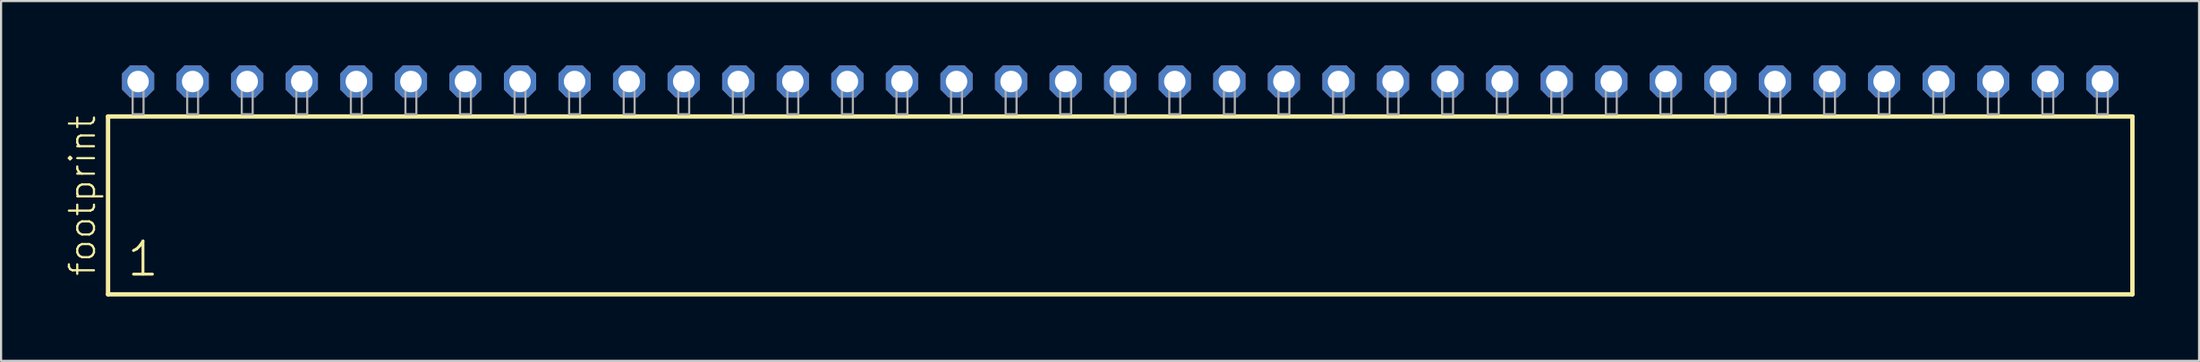
<source format=kicad_pcb>
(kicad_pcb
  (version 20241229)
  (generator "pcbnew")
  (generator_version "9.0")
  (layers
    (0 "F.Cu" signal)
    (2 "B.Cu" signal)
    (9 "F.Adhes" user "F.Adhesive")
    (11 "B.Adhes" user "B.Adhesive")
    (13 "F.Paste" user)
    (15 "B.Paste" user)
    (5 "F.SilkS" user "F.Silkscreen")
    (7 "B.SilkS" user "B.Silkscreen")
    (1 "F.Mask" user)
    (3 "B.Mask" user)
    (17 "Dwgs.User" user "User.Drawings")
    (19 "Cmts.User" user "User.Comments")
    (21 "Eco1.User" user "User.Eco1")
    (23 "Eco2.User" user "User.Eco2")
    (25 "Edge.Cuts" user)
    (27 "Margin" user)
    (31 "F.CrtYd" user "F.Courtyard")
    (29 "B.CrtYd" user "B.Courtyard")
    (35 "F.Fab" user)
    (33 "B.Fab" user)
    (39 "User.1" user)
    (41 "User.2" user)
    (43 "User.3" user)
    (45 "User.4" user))
  (footprint "footprint"
    (layer "F.Cu")
    (at 49.098 2.274)
    (property "Reference" "footprint" (at -47.625 7.62 90) (layer "F.SilkS") (effects (font (size 1.168 1.168) (thickness 0.102)) (justify left bottom)))
    (fp_line (start -47.119 0.106) (end -47.119 8.396) (stroke (width 0.203) (type solid)) (layer "F.SilkS"))
    (fp_line (start -47.119 8.396) (end 47.119 8.396) (stroke (width 0.203) (type solid)) (layer "F.SilkS"))
    (fp_line (start 47.119 0.106) (end -47.119 0.106) (stroke (width 0.203) (type solid)) (layer "F.SilkS"))
    (fp_line (start 47.119 8.396) (end 47.119 0.106) (stroke (width 0.203) (type solid)) (layer "F.SilkS"))
    (fp_poly (pts (xy -45.974 0) (xy -45.466 0) (xy -45.466 -1.778) (xy -45.974 -1.778)) (stroke (width 0.1) (type solid)) (fill no) (layer "F.Fab"))
    (fp_poly (pts (xy -43.434 0) (xy -42.926 0) (xy -42.926 -1.778) (xy -43.434 -1.778)) (stroke (width 0.1) (type solid)) (fill no) (layer "F.Fab"))
    (fp_poly (pts (xy -40.894 0) (xy -40.386 0) (xy -40.386 -1.778) (xy -40.894 -1.778)) (stroke (width 0.1) (type solid)) (fill no) (layer "F.Fab"))
    (fp_poly (pts (xy -38.354 0) (xy -37.846 0) (xy -37.846 -1.778) (xy -38.354 -1.778)) (stroke (width 0.1) (type solid)) (fill no) (layer "F.Fab"))
    (fp_poly (pts (xy -35.814 0) (xy -35.306 0) (xy -35.306 -1.778) (xy -35.814 -1.778)) (stroke (width 0.1) (type solid)) (fill no) (layer "F.Fab"))
    (fp_poly (pts (xy -33.274 0) (xy -32.766 0) (xy -32.766 -1.778) (xy -33.274 -1.778)) (stroke (width 0.1) (type solid)) (fill no) (layer "F.Fab"))
    (fp_poly (pts (xy -30.734 0) (xy -30.226 0) (xy -30.226 -1.778) (xy -30.734 -1.778)) (stroke (width 0.1) (type solid)) (fill no) (layer "F.Fab"))
    (fp_poly (pts (xy -28.194 0) (xy -27.686 0) (xy -27.686 -1.778) (xy -28.194 -1.778)) (stroke (width 0.1) (type solid)) (fill no) (layer "F.Fab"))
    (fp_poly (pts (xy -25.654 0) (xy -25.146 0) (xy -25.146 -1.778) (xy -25.654 -1.778)) (stroke (width 0.1) (type solid)) (fill no) (layer "F.Fab"))
    (fp_poly (pts (xy -23.114 0) (xy -22.606 0) (xy -22.606 -1.778) (xy -23.114 -1.778)) (stroke (width 0.1) (type solid)) (fill no) (layer "F.Fab"))
    (fp_poly (pts (xy -20.574 0) (xy -20.066 0) (xy -20.066 -1.778) (xy -20.574 -1.778)) (stroke (width 0.1) (type solid)) (fill no) (layer "F.Fab"))
    (fp_poly (pts (xy -18.034 0) (xy -17.526 0) (xy -17.526 -1.778) (xy -18.034 -1.778)) (stroke (width 0.1) (type solid)) (fill no) (layer "F.Fab"))
    (fp_poly (pts (xy -15.494 0) (xy -14.986 0) (xy -14.986 -1.778) (xy -15.494 -1.778)) (stroke (width 0.1) (type solid)) (fill no) (layer "F.Fab"))
    (fp_poly (pts (xy -12.954 0) (xy -12.446 0) (xy -12.446 -1.778) (xy -12.954 -1.778)) (stroke (width 0.1) (type solid)) (fill no) (layer "F.Fab"))
    (fp_poly (pts (xy -10.414 0) (xy -9.906 0) (xy -9.906 -1.778) (xy -10.414 -1.778)) (stroke (width 0.1) (type solid)) (fill no) (layer "F.Fab"))
    (fp_poly (pts (xy -7.874 0) (xy -7.366 0) (xy -7.366 -1.778) (xy -7.874 -1.778)) (stroke (width 0.1) (type solid)) (fill no) (layer "F.Fab"))
    (fp_poly (pts (xy -5.334 0) (xy -4.826 0) (xy -4.826 -1.778) (xy -5.334 -1.778)) (stroke (width 0.1) (type solid)) (fill no) (layer "F.Fab"))
    (fp_poly (pts (xy -2.794 0) (xy -2.286 0) (xy -2.286 -1.778) (xy -2.794 -1.778)) (stroke (width 0.1) (type solid)) (fill no) (layer "F.Fab"))
    (fp_poly (pts (xy -0.254 0) (xy 0.254 0) (xy 0.254 -1.778) (xy -0.254 -1.778)) (stroke (width 0.1) (type solid)) (fill no) (layer "F.Fab"))
    (fp_poly (pts (xy 2.286 0) (xy 2.794 0) (xy 2.794 -1.778) (xy 2.286 -1.778)) (stroke (width 0.1) (type solid)) (fill no) (layer "F.Fab"))
    (fp_poly (pts (xy 4.826 0) (xy 5.334 0) (xy 5.334 -1.778) (xy 4.826 -1.778)) (stroke (width 0.1) (type solid)) (fill no) (layer "F.Fab"))
    (fp_poly (pts (xy 7.366 0) (xy 7.874 0) (xy 7.874 -1.778) (xy 7.366 -1.778)) (stroke (width 0.1) (type solid)) (fill no) (layer "F.Fab"))
    (fp_poly (pts (xy 9.906 0) (xy 10.414 0) (xy 10.414 -1.778) (xy 9.906 -1.778)) (stroke (width 0.1) (type solid)) (fill no) (layer "F.Fab"))
    (fp_poly (pts (xy 12.446 0) (xy 12.954 0) (xy 12.954 -1.778) (xy 12.446 -1.778)) (stroke (width 0.1) (type solid)) (fill no) (layer "F.Fab"))
    (fp_poly (pts (xy 14.986 0) (xy 15.494 0) (xy 15.494 -1.778) (xy 14.986 -1.778)) (stroke (width 0.1) (type solid)) (fill no) (layer "F.Fab"))
    (fp_poly (pts (xy 17.526 0) (xy 18.034 0) (xy 18.034 -1.778) (xy 17.526 -1.778)) (stroke (width 0.1) (type solid)) (fill no) (layer "F.Fab"))
    (fp_poly (pts (xy 20.066 0) (xy 20.574 0) (xy 20.574 -1.778) (xy 20.066 -1.778)) (stroke (width 0.1) (type solid)) (fill no) (layer "F.Fab"))
    (fp_poly (pts (xy 22.606 0) (xy 23.114 0) (xy 23.114 -1.778) (xy 22.606 -1.778)) (stroke (width 0.1) (type solid)) (fill no) (layer "F.Fab"))
    (fp_poly (pts (xy 25.146 0) (xy 25.654 0) (xy 25.654 -1.778) (xy 25.146 -1.778)) (stroke (width 0.1) (type solid)) (fill no) (layer "F.Fab"))
    (fp_poly (pts (xy 27.686 0) (xy 28.194 0) (xy 28.194 -1.778) (xy 27.686 -1.778)) (stroke (width 0.1) (type solid)) (fill no) (layer "F.Fab"))
    (fp_poly (pts (xy 30.226 0) (xy 30.734 0) (xy 30.734 -1.778) (xy 30.226 -1.778)) (stroke (width 0.1) (type solid)) (fill no) (layer "F.Fab"))
    (fp_poly (pts (xy 32.766 0) (xy 33.274 0) (xy 33.274 -1.778) (xy 32.766 -1.778)) (stroke (width 0.1) (type solid)) (fill no) (layer "F.Fab"))
    (fp_poly (pts (xy 35.306 0) (xy 35.814 0) (xy 35.814 -1.778) (xy 35.306 -1.778)) (stroke (width 0.1) (type solid)) (fill no) (layer "F.Fab"))
    (fp_poly (pts (xy 37.846 0) (xy 38.354 0) (xy 38.354 -1.778) (xy 37.846 -1.778)) (stroke (width 0.1) (type solid)) (fill no) (layer "F.Fab"))
    (fp_poly (pts (xy 40.386 0) (xy 40.894 0) (xy 40.894 -1.778) (xy 40.386 -1.778)) (stroke (width 0.1) (type solid)) (fill no) (layer "F.Fab"))
    (fp_poly (pts (xy 42.926 0) (xy 43.434 0) (xy 43.434 -1.778) (xy 42.926 -1.778)) (stroke (width 0.1) (type solid)) (fill no) (layer "F.Fab"))
    (fp_poly (pts (xy 45.466 0) (xy 45.974 0) (xy 45.974 -1.778) (xy 45.466 -1.778)) (stroke (width 0.1) (type solid)) (fill no) (layer "F.Fab"))
    (fp_text user "1" (at -46.315 7.65 0) (layer "F.SilkS") (effects (font (size 1.542 1.542) (thickness 0.134)) (justify left bottom)))
    (pad "1" thru_hole roundrect (at -45.72 -1.524) (size 1.5 1.5) (drill 1) (layers "*.Cu" "*.Mask") (roundrect_rratio 0.25) (chamfer_ratio 0.25) (chamfer top_left top_right bottom_left bottom_right))
    (pad "2" thru_hole roundrect (at -43.18 -1.524) (size 1.5 1.5) (drill 1) (layers "*.Cu" "*.Mask") (roundrect_rratio 0.25) (chamfer_ratio 0.25) (chamfer top_left top_right bottom_left bottom_right))
    (pad "3" thru_hole roundrect (at -40.64 -1.524) (size 1.5 1.5) (drill 1) (layers "*.Cu" "*.Mask") (roundrect_rratio 0.25) (chamfer_ratio 0.25) (chamfer top_left top_right bottom_left bottom_right))
    (pad "4" thru_hole roundrect (at -38.1 -1.524) (size 1.5 1.5) (drill 1) (layers "*.Cu" "*.Mask") (roundrect_rratio 0.25) (chamfer_ratio 0.25) (chamfer top_left top_right bottom_left bottom_right))
    (pad "5" thru_hole roundrect (at -35.56 -1.524) (size 1.5 1.5) (drill 1) (layers "*.Cu" "*.Mask") (roundrect_rratio 0.25) (chamfer_ratio 0.25) (chamfer top_left top_right bottom_left bottom_right))
    (pad "6" thru_hole roundrect (at -33.02 -1.524) (size 1.5 1.5) (drill 1) (layers "*.Cu" "*.Mask") (roundrect_rratio 0.25) (chamfer_ratio 0.25) (chamfer top_left top_right bottom_left bottom_right))
    (pad "7" thru_hole roundrect (at -30.48 -1.524) (size 1.5 1.5) (drill 1) (layers "*.Cu" "*.Mask") (roundrect_rratio 0.25) (chamfer_ratio 0.25) (chamfer top_left top_right bottom_left bottom_right))
    (pad "8" thru_hole roundrect (at -27.94 -1.524) (size 1.5 1.5) (drill 1) (layers "*.Cu" "*.Mask") (roundrect_rratio 0.25) (chamfer_ratio 0.25) (chamfer top_left top_right bottom_left bottom_right))
    (pad "9" thru_hole roundrect (at -25.4 -1.524) (size 1.5 1.5) (drill 1) (layers "*.Cu" "*.Mask") (roundrect_rratio 0.25) (chamfer_ratio 0.25) (chamfer top_left top_right bottom_left bottom_right))
    (pad "10" thru_hole roundrect (at -22.86 -1.524) (size 1.5 1.5) (drill 1) (layers "*.Cu" "*.Mask") (roundrect_rratio 0.25) (chamfer_ratio 0.25) (chamfer top_left top_right bottom_left bottom_right))
    (pad "11" thru_hole roundrect (at -20.32 -1.524) (size 1.5 1.5) (drill 1) (layers "*.Cu" "*.Mask") (roundrect_rratio 0.25) (chamfer_ratio 0.25) (chamfer top_left top_right bottom_left bottom_right))
    (pad "12" thru_hole roundrect (at -17.78 -1.524) (size 1.5 1.5) (drill 1) (layers "*.Cu" "*.Mask") (roundrect_rratio 0.25) (chamfer_ratio 0.25) (chamfer top_left top_right bottom_left bottom_right))
    (pad "13" thru_hole roundrect (at -15.24 -1.524) (size 1.5 1.5) (drill 1) (layers "*.Cu" "*.Mask") (roundrect_rratio 0.25) (chamfer_ratio 0.25) (chamfer top_left top_right bottom_left bottom_right))
    (pad "14" thru_hole roundrect (at -12.7 -1.524) (size 1.5 1.5) (drill 1) (layers "*.Cu" "*.Mask") (roundrect_rratio 0.25) (chamfer_ratio 0.25) (chamfer top_left top_right bottom_left bottom_right))
    (pad "15" thru_hole roundrect (at -10.16 -1.524) (size 1.5 1.5) (drill 1) (layers "*.Cu" "*.Mask") (roundrect_rratio 0.25) (chamfer_ratio 0.25) (chamfer top_left top_right bottom_left bottom_right))
    (pad "16" thru_hole roundrect (at -7.62 -1.524) (size 1.5 1.5) (drill 1) (layers "*.Cu" "*.Mask") (roundrect_rratio 0.25) (chamfer_ratio 0.25) (chamfer top_left top_right bottom_left bottom_right))
    (pad "17" thru_hole roundrect (at -5.08 -1.524) (size 1.5 1.5) (drill 1) (layers "*.Cu" "*.Mask") (roundrect_rratio 0.25) (chamfer_ratio 0.25) (chamfer top_left top_right bottom_left bottom_right))
    (pad "18" thru_hole roundrect (at -2.54 -1.524) (size 1.5 1.5) (drill 1) (layers "*.Cu" "*.Mask") (roundrect_rratio 0.25) (chamfer_ratio 0.25) (chamfer top_left top_right bottom_left bottom_right))
    (pad "19" thru_hole roundrect (at 0 -1.524) (size 1.5 1.5) (drill 1) (layers "*.Cu" "*.Mask") (roundrect_rratio 0.25) (chamfer_ratio 0.25) (chamfer top_left top_right bottom_left bottom_right))
    (pad "20" thru_hole roundrect (at 2.54 -1.524) (size 1.5 1.5) (drill 1) (layers "*.Cu" "*.Mask") (roundrect_rratio 0.25) (chamfer_ratio 0.25) (chamfer top_left top_right bottom_left bottom_right))
    (pad "21" thru_hole roundrect (at 5.08 -1.524) (size 1.5 1.5) (drill 1) (layers "*.Cu" "*.Mask") (roundrect_rratio 0.25) (chamfer_ratio 0.25) (chamfer top_left top_right bottom_left bottom_right))
    (pad "22" thru_hole roundrect (at 7.62 -1.524) (size 1.5 1.5) (drill 1) (layers "*.Cu" "*.Mask") (roundrect_rratio 0.25) (chamfer_ratio 0.25) (chamfer top_left top_right bottom_left bottom_right))
    (pad "23" thru_hole roundrect (at 10.16 -1.524) (size 1.5 1.5) (drill 1) (layers "*.Cu" "*.Mask") (roundrect_rratio 0.25) (chamfer_ratio 0.25) (chamfer top_left top_right bottom_left bottom_right))
    (pad "24" thru_hole roundrect (at 12.7 -1.524) (size 1.5 1.5) (drill 1) (layers "*.Cu" "*.Mask") (roundrect_rratio 0.25) (chamfer_ratio 0.25) (chamfer top_left top_right bottom_left bottom_right))
    (pad "25" thru_hole roundrect (at 15.24 -1.524) (size 1.5 1.5) (drill 1) (layers "*.Cu" "*.Mask") (roundrect_rratio 0.25) (chamfer_ratio 0.25) (chamfer top_left top_right bottom_left bottom_right))
    (pad "26" thru_hole roundrect (at 17.78 -1.524) (size 1.5 1.5) (drill 1) (layers "*.Cu" "*.Mask") (roundrect_rratio 0.25) (chamfer_ratio 0.25) (chamfer top_left top_right bottom_left bottom_right))
    (pad "27" thru_hole roundrect (at 20.32 -1.524) (size 1.5 1.5) (drill 1) (layers "*.Cu" "*.Mask") (roundrect_rratio 0.25) (chamfer_ratio 0.25) (chamfer top_left top_right bottom_left bottom_right))
    (pad "28" thru_hole roundrect (at 22.86 -1.524) (size 1.5 1.5) (drill 1) (layers "*.Cu" "*.Mask") (roundrect_rratio 0.25) (chamfer_ratio 0.25) (chamfer top_left top_right bottom_left bottom_right))
    (pad "29" thru_hole roundrect (at 25.4 -1.524) (size 1.5 1.5) (drill 1) (layers "*.Cu" "*.Mask") (roundrect_rratio 0.25) (chamfer_ratio 0.25) (chamfer top_left top_right bottom_left bottom_right))
    (pad "30" thru_hole roundrect (at 27.94 -1.524) (size 1.5 1.5) (drill 1) (layers "*.Cu" "*.Mask") (roundrect_rratio 0.25) (chamfer_ratio 0.25) (chamfer top_left top_right bottom_left bottom_right))
    (pad "31" thru_hole roundrect (at 30.48 -1.524) (size 1.5 1.5) (drill 1) (layers "*.Cu" "*.Mask") (roundrect_rratio 0.25) (chamfer_ratio 0.25) (chamfer top_left top_right bottom_left bottom_right))
    (pad "32" thru_hole roundrect (at 33.02 -1.524) (size 1.5 1.5) (drill 1) (layers "*.Cu" "*.Mask") (roundrect_rratio 0.25) (chamfer_ratio 0.25) (chamfer top_left top_right bottom_left bottom_right))
    (pad "33" thru_hole roundrect (at 35.56 -1.524) (size 1.5 1.5) (drill 1) (layers "*.Cu" "*.Mask") (roundrect_rratio 0.25) (chamfer_ratio 0.25) (chamfer top_left top_right bottom_left bottom_right))
    (pad "34" thru_hole roundrect (at 38.1 -1.524) (size 1.5 1.5) (drill 1) (layers "*.Cu" "*.Mask") (roundrect_rratio 0.25) (chamfer_ratio 0.25) (chamfer top_left top_right bottom_left bottom_right))
    (pad "35" thru_hole roundrect (at 40.64 -1.524) (size 1.5 1.5) (drill 1) (layers "*.Cu" "*.Mask") (roundrect_rratio 0.25) (chamfer_ratio 0.25) (chamfer top_left top_right bottom_left bottom_right))
    (pad "36" thru_hole roundrect (at 43.18 -1.524) (size 1.5 1.5) (drill 1) (layers "*.Cu" "*.Mask") (roundrect_rratio 0.25) (chamfer_ratio 0.25) (chamfer top_left top_right bottom_left bottom_right))
    (pad "37" thru_hole roundrect (at 45.72 -1.524) (size 1.5 1.5) (drill 1) (layers "*.Cu" "*.Mask") (roundrect_rratio 0.25) (chamfer_ratio 0.25) (chamfer top_left top_right bottom_left bottom_right)))
  (gr_rect
    (start -3 -3)
    (end 99.319 13.772)
    (stroke (width 0.1) (type default))
    (fill no)
    (layer "Edge.Cuts")))
</source>
